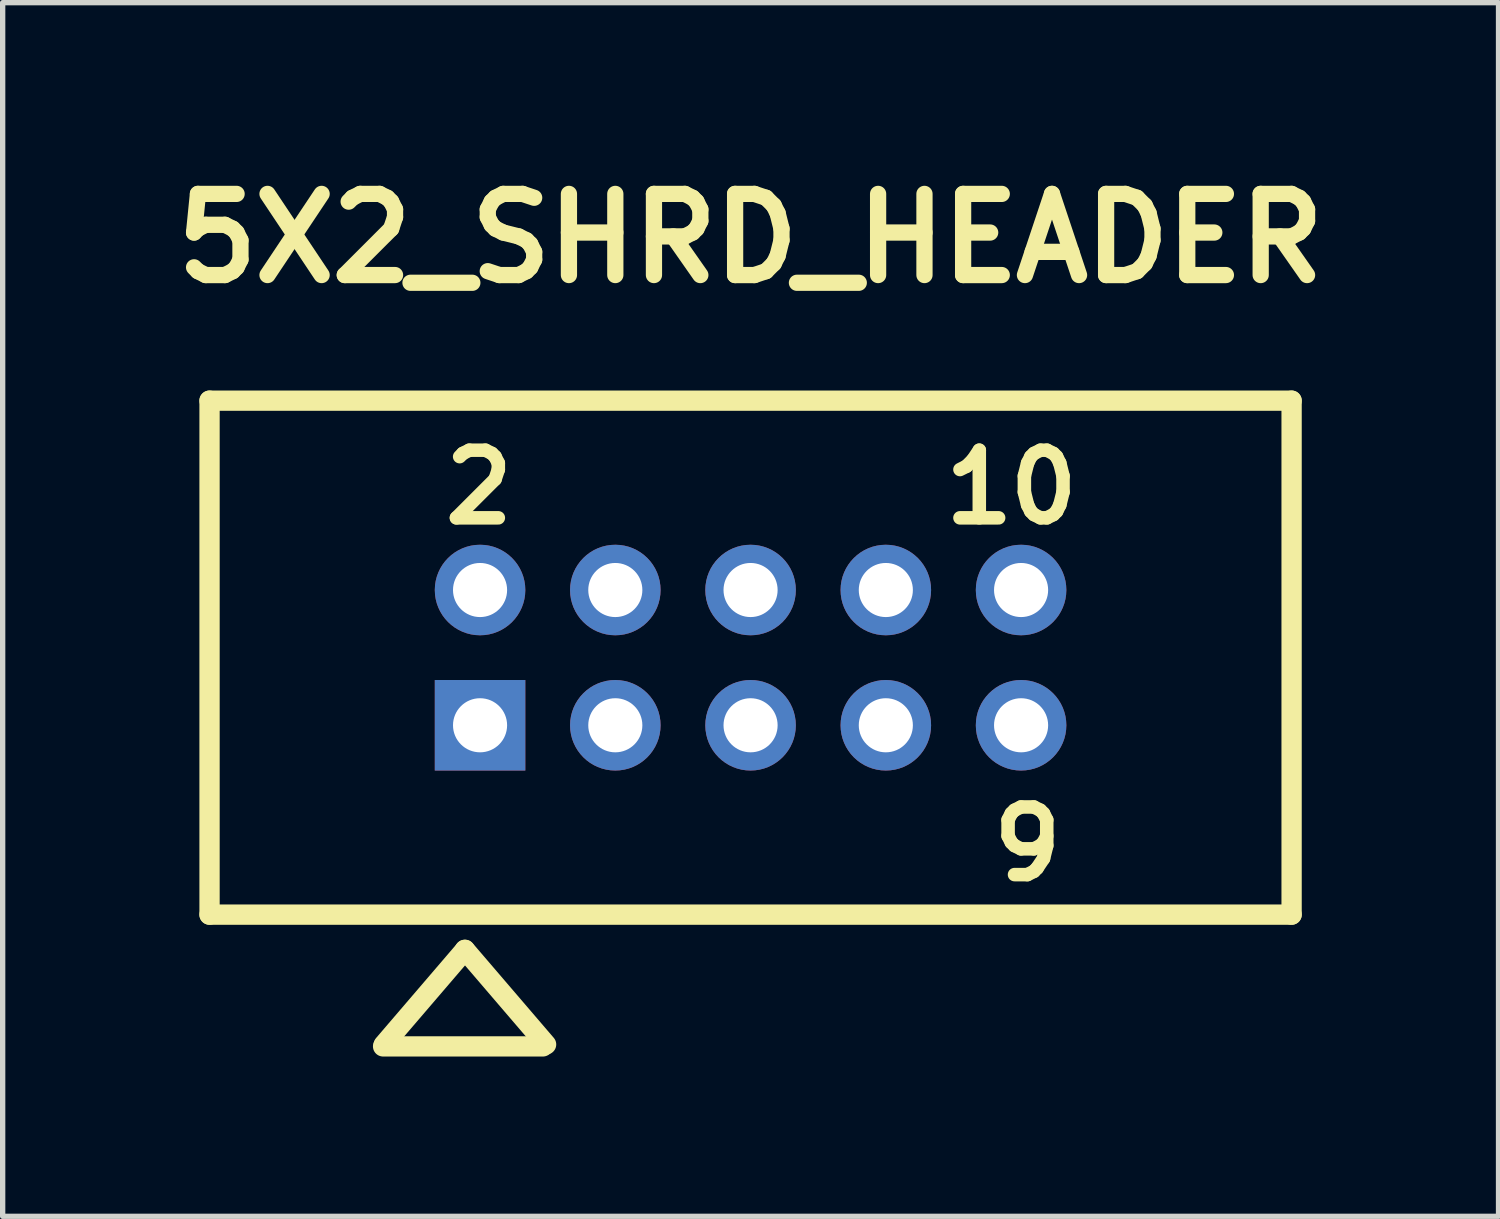
<source format=kicad_pcb>
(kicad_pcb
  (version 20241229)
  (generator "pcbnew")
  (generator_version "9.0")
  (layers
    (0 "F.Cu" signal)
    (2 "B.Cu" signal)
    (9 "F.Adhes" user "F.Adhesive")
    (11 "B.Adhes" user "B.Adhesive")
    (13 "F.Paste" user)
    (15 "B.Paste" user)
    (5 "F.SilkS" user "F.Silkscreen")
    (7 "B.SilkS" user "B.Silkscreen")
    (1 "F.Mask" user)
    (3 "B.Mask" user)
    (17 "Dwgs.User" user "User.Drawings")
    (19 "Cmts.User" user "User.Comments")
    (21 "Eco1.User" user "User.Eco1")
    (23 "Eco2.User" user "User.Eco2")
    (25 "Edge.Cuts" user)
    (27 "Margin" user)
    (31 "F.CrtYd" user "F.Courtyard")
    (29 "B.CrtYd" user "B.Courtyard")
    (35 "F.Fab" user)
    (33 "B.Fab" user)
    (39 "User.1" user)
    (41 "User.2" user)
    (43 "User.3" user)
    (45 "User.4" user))
  (footprint "5X2_SHRD_HEADER"
    (layer "F.Cu")
    (at 11.045 9.3)
    (property "Reference" "5X2_SHRD_HEADER" (at 0 -7.874 0) (layer "F.SilkS") (effects (font (size 1.524 1.524) (thickness 0.305))))
    (attr through_hole)
    (fp_line (start -10.16 -4.826) (end 10.16 -4.826) (stroke (width 0.381) (type solid)) (layer "F.SilkS"))
    (fp_line (start -10.16 4.826) (end -10.16 -4.826) (stroke (width 0.381) (type solid)) (layer "F.SilkS"))
    (fp_line (start -6.901 7.3) (end -3.899 7.3) (stroke (width 0.381) (type solid)) (layer "F.SilkS"))
    (fp_line (start -5.364 5.489) (end -6.888 7.267) (stroke (width 0.381) (type solid)) (layer "F.SilkS"))
    (fp_line (start -3.84 7.264) (end -5.364 5.486) (stroke (width 0.381) (type solid)) (layer "F.SilkS"))
    (fp_line (start 10.16 -4.826) (end 10.16 4.826) (stroke (width 0.381) (type solid)) (layer "F.SilkS"))
    (fp_line (start 10.16 4.826) (end -10.16 4.826) (stroke (width 0.381) (type solid)) (layer "F.SilkS"))
    (fp_text user "10" (at 4.9 -3.2 0) (layer "F.SilkS") (effects (font (size 1.27 1.27) (thickness 0.254))))
    (fp_text user "9" (at 5.199 3.5 0) (layer "F.SilkS") (effects (font (size 1.27 1.27) (thickness 0.254))))
    (fp_text user "2" (at -5.1 -3.2 0) (layer "F.SilkS") (effects (font (size 1.27 1.27) (thickness 0.254))))
    (pad "1" thru_hole rect (at -5.08 1.27) (size 1.7 1.7) (drill 1.016) (layers "*.Cu" "*.Mask"))
    (pad "2" thru_hole circle (at -5.08 -1.27) (size 1.7 1.7) (drill 1.016) (layers "*.Cu" "*.Mask"))
    (pad "3" thru_hole circle (at -2.54 1.27) (size 1.7 1.7) (drill 1.016) (layers "*.Cu" "*.Mask"))
    (pad "4" thru_hole circle (at -2.54 -1.27) (size 1.7 1.7) (drill 1.016) (layers "*.Cu" "*.Mask"))
    (pad "5" thru_hole circle (at 0 1.27) (size 1.7 1.7) (drill 1.016) (layers "*.Cu" "*.Mask"))
    (pad "6" thru_hole circle (at 0 -1.27) (size 1.7 1.7) (drill 1.016) (layers "*.Cu" "*.Mask"))
    (pad "7" thru_hole circle (at 2.54 1.27) (size 1.7 1.7) (drill 1.016) (layers "*.Cu" "*.Mask"))
    (pad "8" thru_hole circle (at 2.54 -1.27) (size 1.7 1.7) (drill 1.016) (layers "*.Cu" "*.Mask"))
    (pad "9" thru_hole circle (at 5.08 1.27) (size 1.7 1.7) (drill 1.016) (layers "*.Cu" "*.Mask"))
    (pad "10" thru_hole circle (at 5.08 -1.27) (size 1.7 1.7) (drill 1.016) (layers "*.Cu" "*.Mask")))
  (gr_rect
    (start -3 -3)
    (end 25.091 19.791)
    (stroke (width 0.1) (type default))
    (fill no)
    (layer "Edge.Cuts")))
</source>
